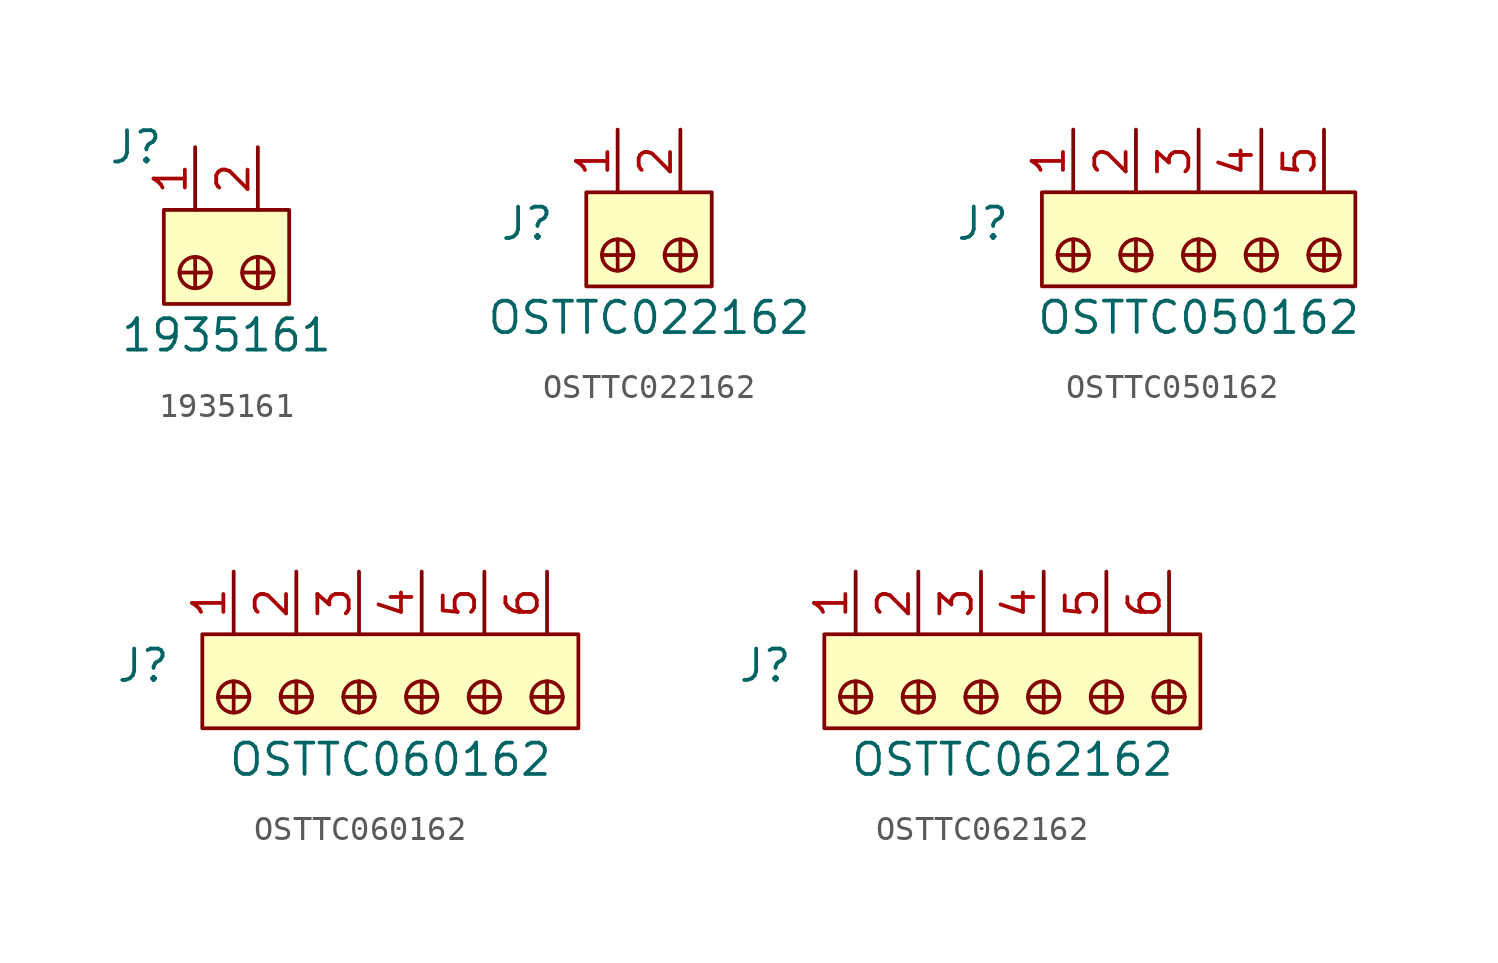
<source format=kicad_sym>
(kicad_symbol_lib
  (version 20220914)
  (generator kicad_symbol_editor)
  (symbol "1935161"
    (pin_names
      (offset 1.016))
    (property "Reference" "J"
      (at -1.27 5.08 0)
      (effects (font (size 1.27 1.27)) (justify right)))
    (property "Value" "1935161"
      (at 1.27 -2.54 0)
      (effects (font (size 1.27 1.27))))
    (symbol "1935161_0_1"
      (rectangle (start -1.27 2.54) (end 3.81 -1.27) (stroke (width 0) (type default)) (fill (type background)))
      (polyline (pts (xy 0 0.635) (xy 0 -0.635)) (stroke (width 0) (type default)) (fill (type none)))
      (polyline (pts (xy 0.635 0) (xy -0.635 0)) (stroke (width 0) (type default)) (fill (type none)))
      (polyline (pts (xy 1.905 0) (xy 3.175 0)) (stroke (width 0) (type default)) (fill (type none)))
      (polyline (pts (xy 2.54 0.635) (xy 2.54 -0.635)) (stroke (width 0) (type default)) (fill (type none)))
      (circle (center 0 0) (radius 0.635) (stroke (width 0) (type default)) (fill (type none)))
      (circle (center 2.54 0) (radius 0.635) (stroke (width 0) (type default)) (fill (type none))))
    (symbol "1935161_1_1"
      (pin passive line (at 0 5.08 270) (length 2.54) (name "~" (effects (font (size 1.27 1.27)))) (number "1" (effects (font (size 1.27 1.27)))))
      (pin passive line (at 2.54 5.08 270) (length 2.54) (name "~" (effects (font (size 1.27 1.27)))) (number "2" (effects (font (size 1.27 1.27)))))))
  (symbol "OSTTC022162"
    (pin_names
      (offset 1.016))
    (property "Reference" "J"
      (at -2.54 -1.27 0)
      (effects (font (size 1.27 1.27)) (justify right)))
    (property "Value" "OSTTC022162"
      (at 1.27 -5.08 0)
      (effects (font (size 1.27 1.27))))
    (symbol "OSTTC022162_1_1"
      (rectangle (start -1.27 0) (end 3.81 -3.81) (stroke (width 0) (type default)) (fill (type background)))
      (circle (center 0 -2.54) (radius 0.635) (stroke (width 0) (type default)) (fill (type none)))
      (polyline (pts (xy 0 -1.905) (xy 0 -3.175)) (stroke (width 0) (type default)) (fill (type none)))
      (polyline (pts (xy 0.635 -2.54) (xy -0.635 -2.54)) (stroke (width 0) (type default)) (fill (type none)))
      (polyline (pts (xy 1.905 -2.54) (xy 3.175 -2.54)) (stroke (width 0) (type default)) (fill (type none)))
      (polyline (pts (xy 2.54 -1.905) (xy 2.54 -3.175)) (stroke (width 0) (type default)) (fill (type none)))
      (circle (center 2.54 -2.54) (radius 0.635) (stroke (width 0) (type default)) (fill (type none)))
      (pin passive line (at 0 2.54 270) (length 2.54) (name "~" (effects (font (size 1.27 1.27)))) (number "1" (effects (font (size 1.27 1.27)))))
      (pin passive line (at 2.54 2.54 270) (length 2.54) (name "~" (effects (font (size 1.27 1.27)))) (number "2" (effects (font (size 1.27 1.27)))))))
  (symbol "OSTTC050162"
    (pin_names
      (offset 1.016))
    (property "Reference" "J"
      (at -2.54 -1.27 0)
      (effects (font (size 1.27 1.27)) (justify right)))
    (property "Value" "OSTTC050162"
      (at 5.08 -5.08 0)
      (effects (font (size 1.27 1.27))))
    (symbol "OSTTC050162_1_1"
      (rectangle (start -1.27 0) (end 11.43 -3.81) (stroke (width 0) (type default)) (fill (type background)))
      (circle (center 0 -2.54) (radius 0.635) (stroke (width 0) (type default)) (fill (type none)))
      (polyline (pts (xy 0 -1.905) (xy 0 -3.175)) (stroke (width 0) (type default)) (fill (type none)))
      (polyline (pts (xy 0.635 -2.54) (xy -0.635 -2.54)) (stroke (width 0) (type default)) (fill (type none)))
      (polyline (pts (xy 1.905 -2.54) (xy 3.175 -2.54)) (stroke (width 0) (type default)) (fill (type none)))
      (polyline (pts (xy 2.54 -1.905) (xy 2.54 -3.175)) (stroke (width 0) (type default)) (fill (type none)))
      (polyline (pts (xy 5.08 -1.905) (xy 5.08 -3.175)) (stroke (width 0) (type default)) (fill (type none)))
      (polyline (pts (xy 5.715 -2.54) (xy 4.445 -2.54)) (stroke (width 0) (type default)) (fill (type none)))
      (polyline (pts (xy 6.985 -2.54) (xy 8.255 -2.54)) (stroke (width 0) (type default)) (fill (type none)))
      (polyline (pts (xy 7.62 -1.905) (xy 7.62 -3.175)) (stroke (width 0) (type default)) (fill (type none)))
      (polyline (pts (xy 9.525 -2.54) (xy 10.795 -2.54)) (stroke (width 0) (type default)) (fill (type none)))
      (polyline (pts (xy 10.16 -1.905) (xy 10.16 -3.175)) (stroke (width 0) (type default)) (fill (type none)))
      (circle (center 2.54 -2.54) (radius 0.635) (stroke (width 0) (type default)) (fill (type none)))
      (circle (center 5.08 -2.54) (radius 0.635) (stroke (width 0) (type default)) (fill (type none)))
      (circle (center 7.62 -2.54) (radius 0.635) (stroke (width 0) (type default)) (fill (type none)))
      (circle (center 10.16 -2.54) (radius 0.635) (stroke (width 0) (type default)) (fill (type none)))
      (pin passive line (at 0 2.54 270) (length 2.54) (name "~" (effects (font (size 1.27 1.27)))) (number "1" (effects (font (size 1.27 1.27)))))
      (pin passive line (at 2.54 2.54 270) (length 2.54) (name "~" (effects (font (size 1.27 1.27)))) (number "2" (effects (font (size 1.27 1.27)))))
      (pin passive line (at 5.08 2.54 270) (length 2.54) (name "~" (effects (font (size 1.27 1.27)))) (number "3" (effects (font (size 1.27 1.27)))))
      (pin passive line (at 7.62 2.54 270) (length 2.54) (name "~" (effects (font (size 1.27 1.27)))) (number "4" (effects (font (size 1.27 1.27)))))
      (pin passive line (at 10.16 2.54 270) (length 2.54) (name "~" (effects (font (size 1.27 1.27)))) (number "5" (effects (font (size 1.27 1.27)))))))
  (symbol "OSTTC060162"
    (pin_names
      (offset 1.016))
    (property "Reference" "J"
      (at -2.54 -1.27 0)
      (effects (font (size 1.27 1.27)) (justify right)))
    (property "Value" "OSTTC060162"
      (at 6.35 -5.08 0)
      (effects (font (size 1.27 1.27))))
    (symbol "OSTTC060162_1_1"
      (rectangle (start -1.27 0) (end 13.97 -3.81) (stroke (width 0) (type default)) (fill (type background)))
      (circle (center 0 -2.54) (radius 0.635) (stroke (width 0) (type default)) (fill (type none)))
      (polyline (pts (xy 0 -1.905) (xy 0 -3.175)) (stroke (width 0) (type default)) (fill (type none)))
      (polyline (pts (xy 0.635 -2.54) (xy -0.635 -2.54)) (stroke (width 0) (type default)) (fill (type none)))
      (polyline (pts (xy 1.905 -2.54) (xy 3.175 -2.54)) (stroke (width 0) (type default)) (fill (type none)))
      (polyline (pts (xy 2.54 -1.905) (xy 2.54 -3.175)) (stroke (width 0) (type default)) (fill (type none)))
      (polyline (pts (xy 5.08 -1.905) (xy 5.08 -3.175)) (stroke (width 0) (type default)) (fill (type none)))
      (polyline (pts (xy 5.715 -2.54) (xy 4.445 -2.54)) (stroke (width 0) (type default)) (fill (type none)))
      (polyline (pts (xy 6.985 -2.54) (xy 8.255 -2.54)) (stroke (width 0) (type default)) (fill (type none)))
      (polyline (pts (xy 7.62 -1.905) (xy 7.62 -3.175)) (stroke (width 0) (type default)) (fill (type none)))
      (polyline (pts (xy 10.16 -1.905) (xy 10.16 -3.175)) (stroke (width 0) (type default)) (fill (type none)))
      (polyline (pts (xy 10.795 -2.54) (xy 9.525 -2.54)) (stroke (width 0) (type default)) (fill (type none)))
      (polyline (pts (xy 12.065 -2.54) (xy 13.335 -2.54)) (stroke (width 0) (type default)) (fill (type none)))
      (polyline (pts (xy 12.7 -1.905) (xy 12.7 -3.175)) (stroke (width 0) (type default)) (fill (type none)))
      (circle (center 2.54 -2.54) (radius 0.635) (stroke (width 0) (type default)) (fill (type none)))
      (circle (center 5.08 -2.54) (radius 0.635) (stroke (width 0) (type default)) (fill (type none)))
      (circle (center 7.62 -2.54) (radius 0.635) (stroke (width 0) (type default)) (fill (type none)))
      (circle (center 10.16 -2.54) (radius 0.635) (stroke (width 0) (type default)) (fill (type none)))
      (circle (center 12.7 -2.54) (radius 0.635) (stroke (width 0) (type default)) (fill (type none)))
      (pin passive line (at 0 2.54 270) (length 2.54) (name "~" (effects (font (size 1.27 1.27)))) (number "1" (effects (font (size 1.27 1.27)))))
      (pin passive line (at 2.54 2.54 270) (length 2.54) (name "~" (effects (font (size 1.27 1.27)))) (number "2" (effects (font (size 1.27 1.27)))))
      (pin passive line (at 5.08 2.54 270) (length 2.54) (name "~" (effects (font (size 1.27 1.27)))) (number "3" (effects (font (size 1.27 1.27)))))
      (pin passive line (at 7.62 2.54 270) (length 2.54) (name "~" (effects (font (size 1.27 1.27)))) (number "4" (effects (font (size 1.27 1.27)))))
      (pin passive line (at 10.16 2.54 270) (length 2.54) (name "~" (effects (font (size 1.27 1.27)))) (number "5" (effects (font (size 1.27 1.27)))))
      (pin passive line (at 12.7 2.54 270) (length 2.54) (name "~" (effects (font (size 1.27 1.27)))) (number "6" (effects (font (size 1.27 1.27)))))))
  (symbol "OSTTC062162"
    (pin_names
      (offset 1.016))
    (property "Reference" "J"
      (at -2.54 -1.27 0)
      (effects (font (size 1.27 1.27)) (justify right)))
    (property "Value" "OSTTC062162"
      (at 6.35 -5.08 0)
      (effects (font (size 1.27 1.27))))
    (symbol "OSTTC062162_1_1"
      (rectangle (start -1.27 0) (end 13.97 -3.81) (stroke (width 0) (type default)) (fill (type background)))
      (circle (center 0 -2.54) (radius 0.635) (stroke (width 0) (type default)) (fill (type none)))
      (polyline (pts (xy 0 -1.905) (xy 0 -3.175)) (stroke (width 0) (type default)) (fill (type none)))
      (polyline (pts (xy 0.635 -2.54) (xy -0.635 -2.54)) (stroke (width 0) (type default)) (fill (type none)))
      (polyline (pts (xy 1.905 -2.54) (xy 3.175 -2.54)) (stroke (width 0) (type default)) (fill (type none)))
      (polyline (pts (xy 2.54 -1.905) (xy 2.54 -3.175)) (stroke (width 0) (type default)) (fill (type none)))
      (polyline (pts (xy 5.08 -1.905) (xy 5.08 -3.175)) (stroke (width 0) (type default)) (fill (type none)))
      (polyline (pts (xy 5.715 -2.54) (xy 4.445 -2.54)) (stroke (width 0) (type default)) (fill (type none)))
      (polyline (pts (xy 6.985 -2.54) (xy 8.255 -2.54)) (stroke (width 0) (type default)) (fill (type none)))
      (polyline (pts (xy 7.62 -1.905) (xy 7.62 -3.175)) (stroke (width 0) (type default)) (fill (type none)))
      (polyline (pts (xy 10.16 -1.905) (xy 10.16 -3.175)) (stroke (width 0) (type default)) (fill (type none)))
      (polyline (pts (xy 10.795 -2.54) (xy 9.525 -2.54)) (stroke (width 0) (type default)) (fill (type none)))
      (polyline (pts (xy 12.065 -2.54) (xy 13.335 -2.54)) (stroke (width 0) (type default)) (fill (type none)))
      (polyline (pts (xy 12.7 -1.905) (xy 12.7 -3.175)) (stroke (width 0) (type default)) (fill (type none)))
      (circle (center 2.54 -2.54) (radius 0.635) (stroke (width 0) (type default)) (fill (type none)))
      (circle (center 5.08 -2.54) (radius 0.635) (stroke (width 0) (type default)) (fill (type none)))
      (circle (center 7.62 -2.54) (radius 0.635) (stroke (width 0) (type default)) (fill (type none)))
      (circle (center 10.16 -2.54) (radius 0.635) (stroke (width 0) (type default)) (fill (type none)))
      (circle (center 12.7 -2.54) (radius 0.635) (stroke (width 0) (type default)) (fill (type none)))
      (pin passive line (at 0 2.54 270) (length 2.54) (name "~" (effects (font (size 1.27 1.27)))) (number "1" (effects (font (size 1.27 1.27)))))
      (pin passive line (at 2.54 2.54 270) (length 2.54) (name "~" (effects (font (size 1.27 1.27)))) (number "2" (effects (font (size 1.27 1.27)))))
      (pin passive line (at 5.08 2.54 270) (length 2.54) (name "~" (effects (font (size 1.27 1.27)))) (number "3" (effects (font (size 1.27 1.27)))))
      (pin passive line (at 7.62 2.54 270) (length 2.54) (name "~" (effects (font (size 1.27 1.27)))) (number "4" (effects (font (size 1.27 1.27)))))
      (pin passive line (at 10.16 2.54 270) (length 2.54) (name "~" (effects (font (size 1.27 1.27)))) (number "5" (effects (font (size 1.27 1.27)))))
      (pin passive line (at 12.7 2.54 270) (length 2.54) (name "~" (effects (font (size 1.27 1.27)))) (number "6" (effects (font (size 1.27 1.27))))))))
</source>
